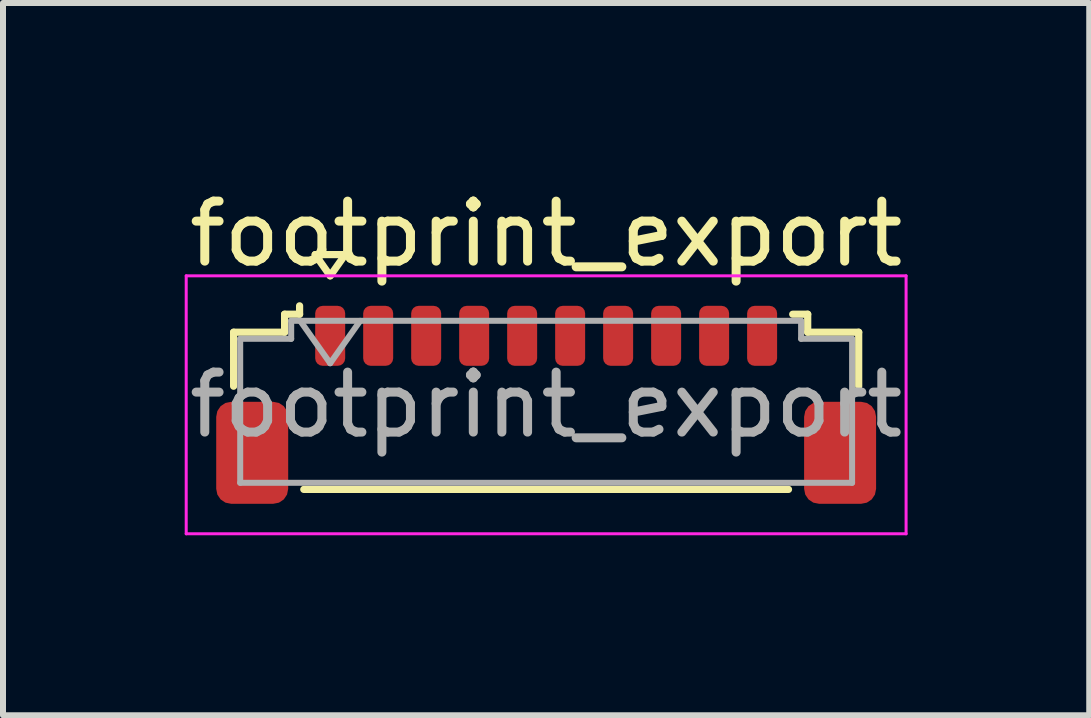
<source format=kicad_pcb>
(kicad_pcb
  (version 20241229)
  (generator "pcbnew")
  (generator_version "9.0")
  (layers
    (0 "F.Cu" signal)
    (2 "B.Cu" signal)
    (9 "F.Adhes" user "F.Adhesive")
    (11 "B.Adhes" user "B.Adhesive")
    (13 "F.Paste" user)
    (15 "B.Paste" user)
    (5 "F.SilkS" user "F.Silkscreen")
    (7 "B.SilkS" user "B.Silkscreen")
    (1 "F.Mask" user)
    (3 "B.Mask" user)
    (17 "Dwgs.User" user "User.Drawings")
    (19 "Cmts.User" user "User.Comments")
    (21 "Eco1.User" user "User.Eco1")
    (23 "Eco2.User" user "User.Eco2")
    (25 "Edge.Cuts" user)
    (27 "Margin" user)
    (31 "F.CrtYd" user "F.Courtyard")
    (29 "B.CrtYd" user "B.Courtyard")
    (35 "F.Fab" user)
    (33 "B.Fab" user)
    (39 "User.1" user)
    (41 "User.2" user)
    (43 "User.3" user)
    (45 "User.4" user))
  (footprint "footprint_export"
    (layer "F.Cu")
    (at 6.054 3.698)
    (property "Reference" "footprint_export" (at 0 -2.85 0) (layer "F.SilkS") (effects (font (size 1 1) (thickness 0.15))))
    (attr smd)
    (fp_line (start -5.21 -1.21) (end -4.36 -1.21) (stroke (width 0.12) (type solid)) (layer "F.SilkS"))
    (fp_line (start -5.21 -0.31) (end -5.21 -1.21) (stroke (width 0.12) (type solid)) (layer "F.SilkS"))
    (fp_line (start -4.36 -1.51) (end -4.11 -1.51) (stroke (width 0.12) (type solid)) (layer "F.SilkS"))
    (fp_line (start -4.36 -1.21) (end -4.36 -1.51) (stroke (width 0.12) (type solid)) (layer "F.SilkS"))
    (fp_line (start -4.11 -1.51) (end -4.11 -1.65) (stroke (width 0.12) (type solid)) (layer "F.SilkS"))
    (fp_line (start -4.04 1.41) (end 4.04 1.41) (stroke (width 0.12) (type solid)) (layer "F.SilkS"))
    (fp_line (start -3.85 -2.504) (end -3.6 -2.15) (stroke (width 0.12) (type solid)) (layer "F.SilkS"))
    (fp_line (start -3.6 -2.15) (end -3.35 -2.504) (stroke (width 0.12) (type solid)) (layer "F.SilkS"))
    (fp_line (start -3.35 -2.504) (end -3.85 -2.504) (stroke (width 0.12) (type solid)) (layer "F.SilkS"))
    (fp_line (start 4.36 -1.51) (end 4.11 -1.51) (stroke (width 0.12) (type solid)) (layer "F.SilkS"))
    (fp_line (start 4.36 -1.21) (end 4.36 -1.51) (stroke (width 0.12) (type solid)) (layer "F.SilkS"))
    (fp_line (start 5.21 -1.21) (end 4.36 -1.21) (stroke (width 0.12) (type solid)) (layer "F.SilkS"))
    (fp_line (start 5.21 -0.31) (end 5.21 -1.21) (stroke (width 0.12) (type solid)) (layer "F.SilkS"))
    (fp_line (start -6 -2.15) (end -6 2.15) (stroke (width 0.05) (type solid)) (layer "F.CrtYd"))
    (fp_line (start -6 2.15) (end 6 2.15) (stroke (width 0.05) (type solid)) (layer "F.CrtYd"))
    (fp_line (start 6 -2.15) (end -6 -2.15) (stroke (width 0.05) (type solid)) (layer "F.CrtYd"))
    (fp_line (start 6 2.15) (end 6 -2.15) (stroke (width 0.05) (type solid)) (layer "F.CrtYd"))
    (fp_line (start -5.1 -1.1) (end -5.1 1.3) (stroke (width 0.1) (type solid)) (layer "F.Fab"))
    (fp_line (start -5.1 -1.1) (end -4.25 -1.1) (stroke (width 0.1) (type solid)) (layer "F.Fab"))
    (fp_line (start -5.1 1.3) (end 5.1 1.3) (stroke (width 0.1) (type solid)) (layer "F.Fab"))
    (fp_line (start -4.25 -1.4) (end 4.25 -1.4) (stroke (width 0.1) (type solid)) (layer "F.Fab"))
    (fp_line (start -4.25 -1.1) (end -4.25 -1.4) (stroke (width 0.1) (type solid)) (layer "F.Fab"))
    (fp_line (start -4.1 -1.4) (end -3.6 -0.693) (stroke (width 0.1) (type solid)) (layer "F.Fab"))
    (fp_line (start -3.6 -0.693) (end -3.1 -1.4) (stroke (width 0.1) (type solid)) (layer "F.Fab"))
    (fp_line (start 4.25 -1.4) (end 4.25 -1.1) (stroke (width 0.1) (type solid)) (layer "F.Fab"))
    (fp_line (start 4.25 -1.1) (end 5.1 -1.1) (stroke (width 0.1) (type solid)) (layer "F.Fab"))
    (fp_line (start 5.1 -1.1) (end 5.1 1.3) (stroke (width 0.1) (type solid)) (layer "F.Fab"))
    (fp_text user "${REFERENCE}" (at 0 0 0) (layer "F.Fab") (effects (font (size 1 1) (thickness 0.15))))
    (pad "1" smd roundrect (at -3.6 -1.15) (size 0.5 1) (layers "F.Cu" "F.Mask" "F.Paste") (roundrect_rratio 0.25))
    (pad "2" smd roundrect (at -2.8 -1.15) (size 0.5 1) (layers "F.Cu" "F.Mask" "F.Paste") (roundrect_rratio 0.25))
    (pad "3" smd roundrect (at -2 -1.15) (size 0.5 1) (layers "F.Cu" "F.Mask" "F.Paste") (roundrect_rratio 0.25))
    (pad "4" smd roundrect (at -1.2 -1.15) (size 0.5 1) (layers "F.Cu" "F.Mask" "F.Paste") (roundrect_rratio 0.25))
    (pad "5" smd roundrect (at -0.4 -1.15) (size 0.5 1) (layers "F.Cu" "F.Mask" "F.Paste") (roundrect_rratio 0.25))
    (pad "6" smd roundrect (at 0.4 -1.15) (size 0.5 1) (layers "F.Cu" "F.Mask" "F.Paste") (roundrect_rratio 0.25))
    (pad "7" smd roundrect (at 1.2 -1.15) (size 0.5 1) (layers "F.Cu" "F.Mask" "F.Paste") (roundrect_rratio 0.25))
    (pad "8" smd roundrect (at 2 -1.15) (size 0.5 1) (layers "F.Cu" "F.Mask" "F.Paste") (roundrect_rratio 0.25))
    (pad "9" smd roundrect (at 2.8 -1.15) (size 0.5 1) (layers "F.Cu" "F.Mask" "F.Paste") (roundrect_rratio 0.25))
    (pad "10" smd roundrect (at 3.6 -1.15) (size 0.5 1) (layers "F.Cu" "F.Mask" "F.Paste") (roundrect_rratio 0.25))
    (pad "MP" smd roundrect (at -4.9 0.8) (size 1.2 1.7) (layers "F.Cu" "F.Mask" "F.Paste") (roundrect_rratio 0.208))
    (pad "MP" smd roundrect (at 4.9 0.8) (size 1.2 1.7) (layers "F.Cu" "F.Mask" "F.Paste") (roundrect_rratio 0.208)))
  (gr_rect
    (start -3 -3)
    (end 15.107 8.873)
    (stroke (width 0.1) (type default))
    (fill no)
    (layer "Edge.Cuts")))
</source>
